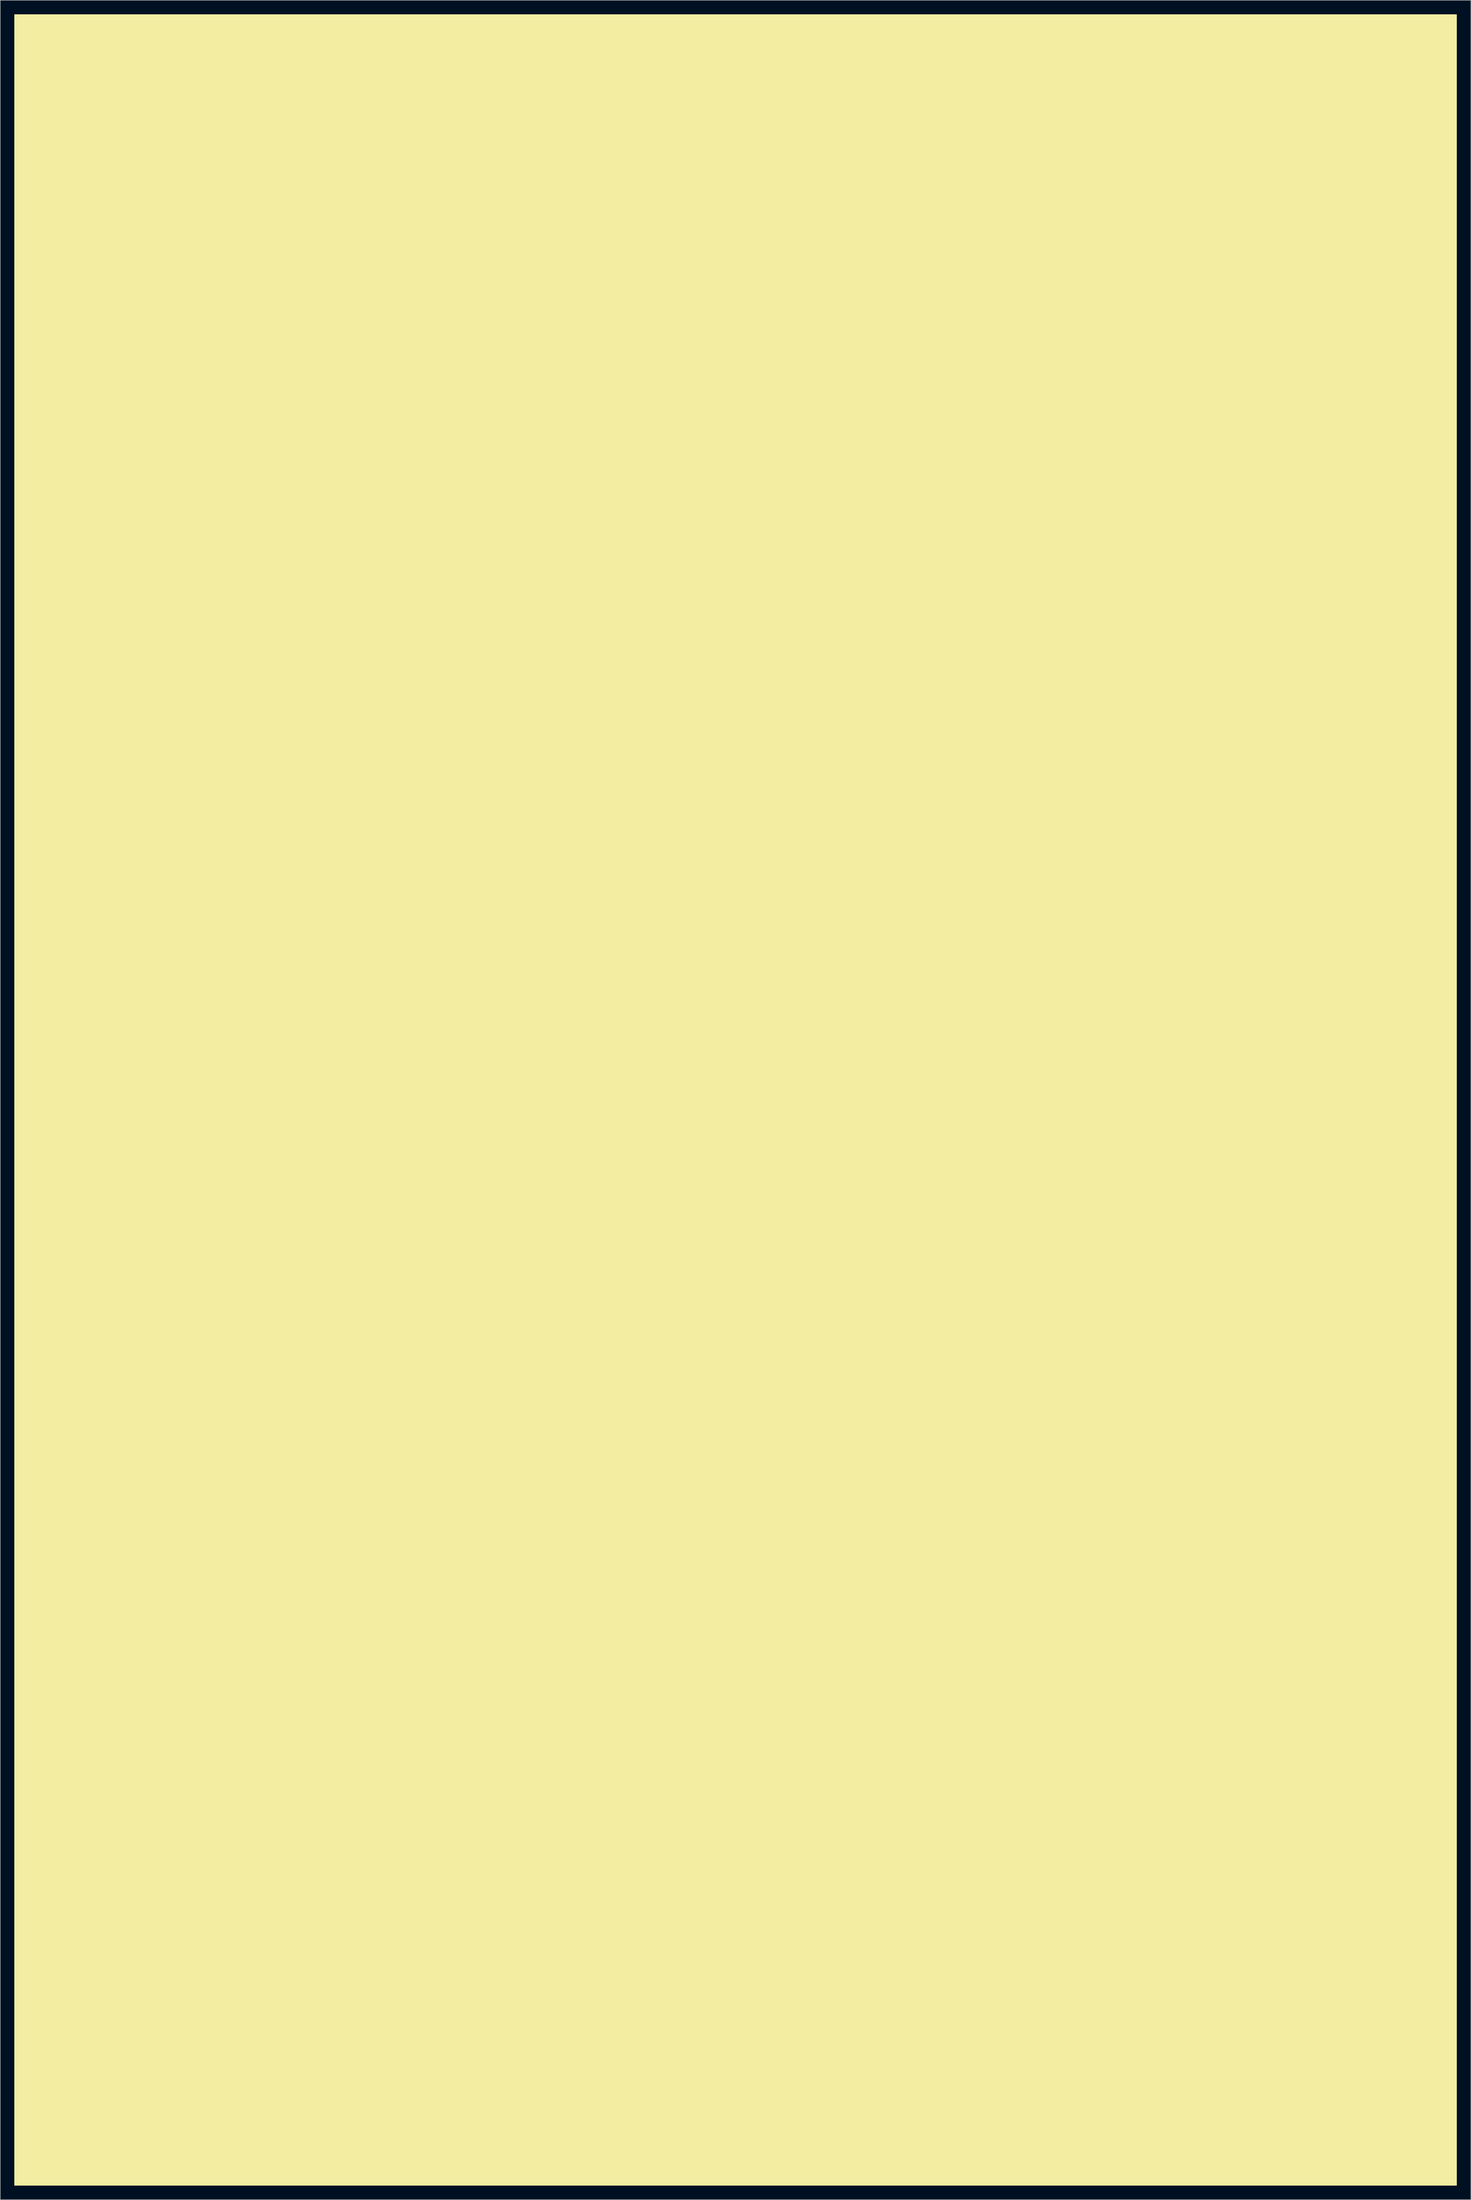
<source format=kicad_pcb>
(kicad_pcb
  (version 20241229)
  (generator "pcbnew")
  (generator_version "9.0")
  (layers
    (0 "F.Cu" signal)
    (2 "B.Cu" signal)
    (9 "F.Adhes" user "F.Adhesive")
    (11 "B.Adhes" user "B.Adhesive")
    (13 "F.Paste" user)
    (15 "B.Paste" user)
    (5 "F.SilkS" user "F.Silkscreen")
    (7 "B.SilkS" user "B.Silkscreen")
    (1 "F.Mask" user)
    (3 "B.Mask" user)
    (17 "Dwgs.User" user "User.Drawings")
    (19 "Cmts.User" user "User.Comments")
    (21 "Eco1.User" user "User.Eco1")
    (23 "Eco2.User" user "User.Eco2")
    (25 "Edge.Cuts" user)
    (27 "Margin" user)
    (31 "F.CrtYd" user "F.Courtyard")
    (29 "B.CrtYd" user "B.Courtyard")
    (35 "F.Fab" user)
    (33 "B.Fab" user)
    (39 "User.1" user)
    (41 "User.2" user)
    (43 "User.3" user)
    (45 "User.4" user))
  (footprint "test3"
    (layer "F.Cu")
    (at 153.742 231.279)
    (property "Reference" "test3" (at 0 0 0) (layer "F.SilkS") (effects (font (size 1.524 1.524) (thickness 0.3))))
    (attr through_hole)
    (fp_poly (pts (xy 153.737 231.274) (xy -153.737 231.274) (xy -153.737 -231.274) (xy 153.737 -231.274) (xy 153.737 231.274)) (stroke (width 0.01) (type solid)) (fill yes) (layer "F.SilkS")))
  (gr_rect
    (start -3 -3)
    (end 310.484 465.557)
    (stroke (width 0.1) (type default))
    (fill no)
    (layer "Edge.Cuts")))
</source>
